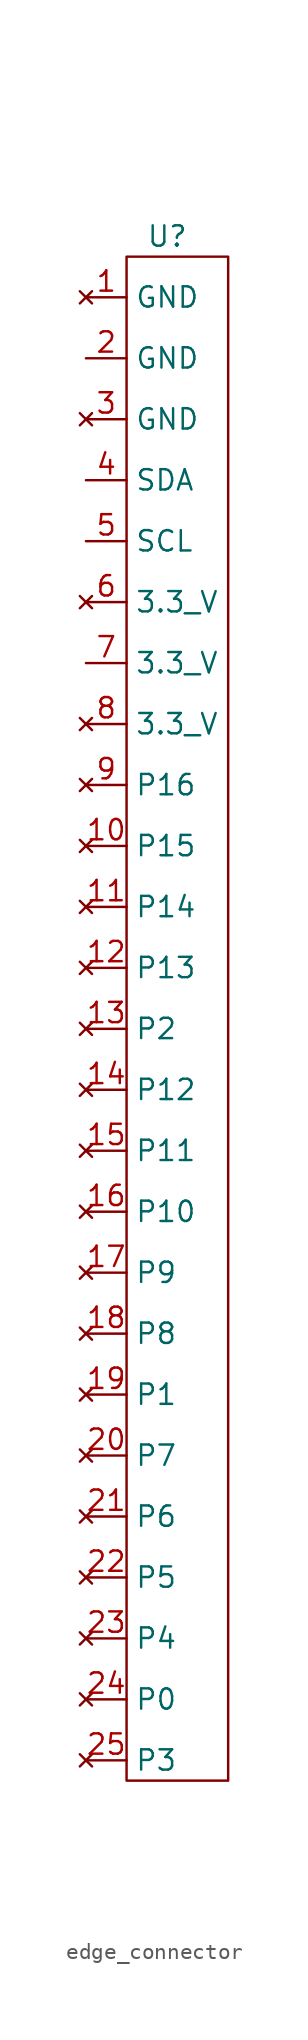
<source format=kicad_sym>
(kicad_symbol_lib
  (version 20220914)
  (generator kicad_symbol_editor)
  (symbol "edge_connector"
    (property "Reference" "U"
      (at 34.29 -6.35 0)
      (effects (font (size 1.27 1.27))))
    (property "Value" ""
      (at 35.56 -6.35 0)
      (effects (font (size 1.27 1.27))))
    (symbol "edge_connector_0_1"
      (rectangle (start 31.75 -7.62) (end 38.1 -102.87) (stroke (width 0) (type default)) (fill (type none))))
    (symbol "edge_connector_1_1"
      (pin no_connect line (at 29.21 -10.16 0) (length 2.54) (name "GND" (effects (font (size 1.27 1.27)))) (number "1" (effects (font (size 1.27 1.27)))))
      (pin no_connect line (at 29.21 -44.45 0) (length 2.54) (name "P15" (effects (font (size 1.27 1.27)))) (number "10" (effects (font (size 1.27 1.27)))))
      (pin no_connect line (at 29.21 -48.26 0) (length 2.54) (name "P14" (effects (font (size 1.27 1.27)))) (number "11" (effects (font (size 1.27 1.27)))))
      (pin no_connect line (at 29.21 -52.07 0) (length 2.54) (name "P13" (effects (font (size 1.27 1.27)))) (number "12" (effects (font (size 1.27 1.27)))))
      (pin no_connect line (at 29.21 -55.88 0) (length 2.54) (name "P2" (effects (font (size 1.27 1.27)))) (number "13" (effects (font (size 1.27 1.27)))))
      (pin no_connect line (at 29.21 -59.69 0) (length 2.54) (name "P12" (effects (font (size 1.27 1.27)))) (number "14" (effects (font (size 1.27 1.27)))))
      (pin no_connect line (at 29.21 -63.5 0) (length 2.54) (name "P11" (effects (font (size 1.27 1.27)))) (number "15" (effects (font (size 1.27 1.27)))))
      (pin no_connect line (at 29.21 -67.31 0) (length 2.54) (name "P10" (effects (font (size 1.27 1.27)))) (number "16" (effects (font (size 1.27 1.27)))))
      (pin no_connect line (at 29.21 -71.12 0) (length 2.54) (name "P9" (effects (font (size 1.27 1.27)))) (number "17" (effects (font (size 1.27 1.27)))))
      (pin no_connect line (at 29.21 -74.93 0) (length 2.54) (name "P8" (effects (font (size 1.27 1.27)))) (number "18" (effects (font (size 1.27 1.27)))))
      (pin no_connect line (at 29.21 -78.74 0) (length 2.54) (name "P1" (effects (font (size 1.27 1.27)))) (number "19" (effects (font (size 1.27 1.27)))))
      (pin power_out line (at 29.21 -13.97 0) (length 2.54) (name "GND" (effects (font (size 1.27 1.27)))) (number "2" (effects (font (size 1.27 1.27)))))
      (pin no_connect line (at 29.21 -82.55 0) (length 2.54) (name "P7" (effects (font (size 1.27 1.27)))) (number "20" (effects (font (size 1.27 1.27)))))
      (pin no_connect line (at 29.21 -86.36 0) (length 2.54) (name "P6" (effects (font (size 1.27 1.27)))) (number "21" (effects (font (size 1.27 1.27)))))
      (pin no_connect line (at 29.21 -90.17 0) (length 2.54) (name "P5" (effects (font (size 1.27 1.27)))) (number "22" (effects (font (size 1.27 1.27)))))
      (pin no_connect line (at 29.21 -93.98 0) (length 2.54) (name "P4" (effects (font (size 1.27 1.27)))) (number "23" (effects (font (size 1.27 1.27)))))
      (pin no_connect line (at 29.21 -97.79 0) (length 2.54) (name "P0" (effects (font (size 1.27 1.27)))) (number "24" (effects (font (size 1.27 1.27)))))
      (pin no_connect line (at 29.21 -101.6 0) (length 2.54) (name "P3" (effects (font (size 1.27 1.27)))) (number "25" (effects (font (size 1.27 1.27)))))
      (pin no_connect line (at 29.21 -17.78 0) (length 2.54) (name "GND" (effects (font (size 1.27 1.27)))) (number "3" (effects (font (size 1.27 1.27)))))
      (pin bidirectional line (at 29.21 -21.59 0) (length 2.54) (name "SDA" (effects (font (size 1.27 1.27)))) (number "4" (effects (font (size 1.27 1.27)))))
      (pin bidirectional line (at 29.21 -25.4 0) (length 2.54) (name "SCL" (effects (font (size 1.27 1.27)))) (number "5" (effects (font (size 1.27 1.27)))))
      (pin no_connect line (at 29.21 -29.21 0) (length 2.54) (name "3.3_V" (effects (font (size 1.27 1.27)))) (number "6" (effects (font (size 1.27 1.27)))))
      (pin power_out line (at 29.21 -33.02 0) (length 2.54) (name "3.3_V" (effects (font (size 1.27 1.27)))) (number "7" (effects (font (size 1.27 1.27)))))
      (pin no_connect line (at 29.21 -36.83 0) (length 2.54) (name "3.3_V" (effects (font (size 1.27 1.27)))) (number "8" (effects (font (size 1.27 1.27)))))
      (pin no_connect line (at 29.21 -40.64 0) (length 2.54) (name "P16" (effects (font (size 1.27 1.27)))) (number "9" (effects (font (size 1.27 1.27))))))))
</source>
